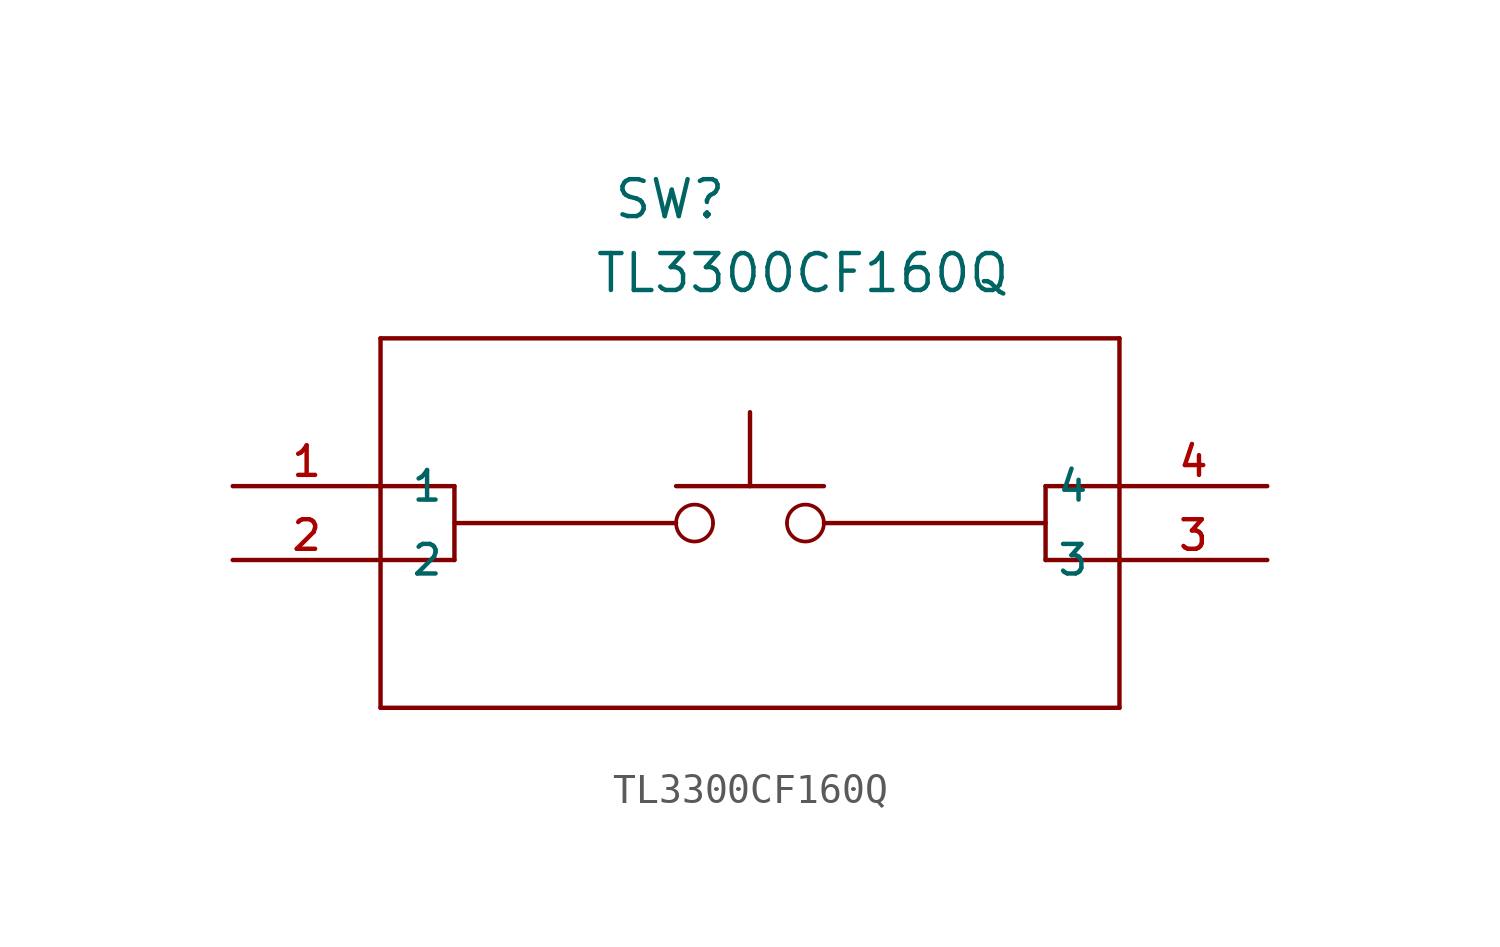
<source format=kicad_sym>
(kicad_symbol_lib
  (version 20211014)
  (generator kicad_symbol_editor)
  (symbol "TL3300CF160Q"
    (pin_names
      (offset 1.016))
    (property "Reference" "SW"
      (at 15.595 9.119 0)
      (effects (font (size 1.27 1.27)) (justify bottom left)))
    (property "Value" "TL3300CF160Q"
      (at 14.955 6.579 0)
      (effects (font (size 1.27 1.27)) (justify bottom left)))
    (symbol "TL3300CF160Q_0_0"
      (polyline (pts (xy 7.62 5.08) (xy 7.62 -7.62)) (stroke (width 0.152)))
      (polyline (pts (xy 7.62 -7.62) (xy 33.02 -7.62)) (stroke (width 0.152)))
      (polyline (pts (xy 33.02 -7.62) (xy 33.02 5.08)) (stroke (width 0.152)))
      (polyline (pts (xy 33.02 5.08) (xy 7.62 5.08)) (stroke (width 0.152)))
      (polyline (pts (xy 17.78 0.0) (xy 22.86 0.0)) (stroke (width 0.152)))
      (polyline (pts (xy 20.32 2.54) (xy 20.32 0.0)) (stroke (width 0.152)))
      (polyline (pts (xy 7.62 0.0) (xy 10.16 0.0)) (stroke (width 0.152)))
      (polyline (pts (xy 7.62 -2.54) (xy 10.16 -2.54)) (stroke (width 0.152)))
      (polyline (pts (xy 10.16 0.0) (xy 10.16 -2.54)) (stroke (width 0.152)))
      (polyline (pts (xy 33.02 0.0) (xy 30.48 0.0)) (stroke (width 0.152)))
      (polyline (pts (xy 30.48 0.0) (xy 30.48 -2.54)) (stroke (width 0.152)))
      (polyline (pts (xy 30.48 -2.54) (xy 33.02 -2.54)) (stroke (width 0.152)))
      (polyline (pts (xy 30.48 -1.27) (xy 22.86 -1.27)) (stroke (width 0.152)))
      (polyline (pts (xy 10.16 -1.27) (xy 17.78 -1.27)) (stroke (width 0.152)))
      (arc (start 17.78 -1.27) (mid 18.415 -1.905) (end 19.05 -1.27) (stroke (width 0.127) (type default) (color 0 0 0 0)) (fill (type none)))
      (arc (start 19.05 -1.27) (mid 18.415 -0.635) (end 17.78 -1.27) (stroke (width 0.127) (type default) (color 0 0 0 0)) (fill (type none)))
      (arc (start 22.86 -1.27) (mid 22.225 -0.635) (end 21.59 -1.27) (stroke (width 0.127) (type default) (color 0 0 0 0)) (fill (type none)))
      (arc (start 21.59 -1.27) (mid 22.225 -1.905) (end 22.86 -1.27) (stroke (width 0.127) (type default) (color 0 0 0 0)) (fill (type none)))
      (pin passive line (at 2.54 0.0 0) (length 5.08) (name "1" (effects (font (size 1.016 1.016)))) (number "1" (effects (font (size 1.016 1.016)))))
      (pin passive line (at 2.54 -2.54 0) (length 5.08) (name "2" (effects (font (size 1.016 1.016)))) (number "2" (effects (font (size 1.016 1.016)))))
      (pin passive line (at 38.1 -2.54 180.0) (length 5.08) (name "3" (effects (font (size 1.016 1.016)))) (number "3" (effects (font (size 1.016 1.016)))))
      (pin passive line (at 38.1 0.0 180.0) (length 5.08) (name "4" (effects (font (size 1.016 1.016)))) (number "4" (effects (font (size 1.016 1.016))))))))
</source>
